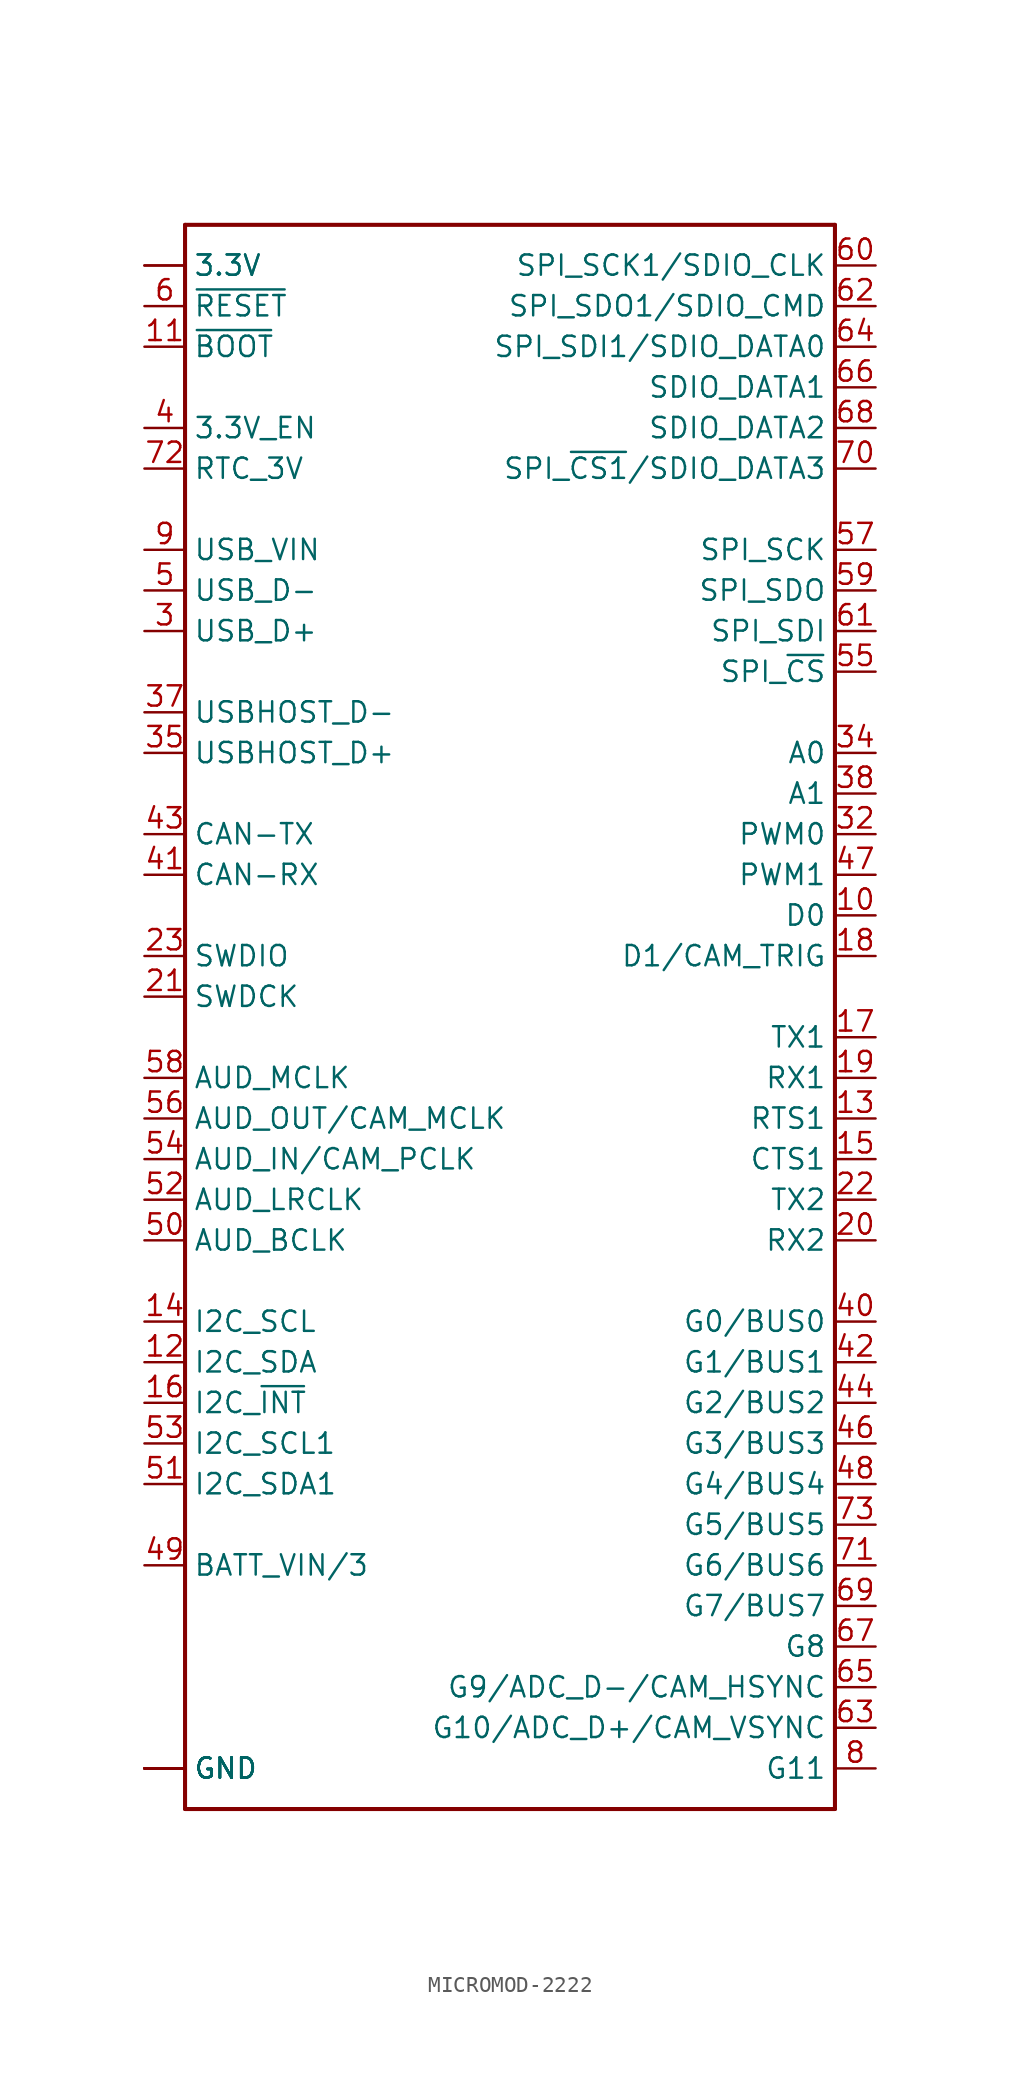
<source format=kicad_sym>
(kicad_symbol_lib
  (version 20231120)
  (generator "kicad_symbol_editor")
  (generator_version "8.0")
  (symbol "MICROMOD-2222"
    (property "Reference" "J1"
      (at -20.32 53.848 0)
      (effects (font (size 1.778 1.511)) (justify left bottom) (hide yes)))
    (symbol "MICROMOD-2222_1_0"
      (polyline (pts (xy -20.32 -45.72) (xy -20.32 53.34)) (stroke (width 0.254) (type solid)) (fill (type none)))
      (polyline (pts (xy -20.32 53.34) (xy 20.32 53.34)) (stroke (width 0.254) (type solid)) (fill (type none)))
      (polyline (pts (xy 20.32 -45.72) (xy -20.32 -45.72)) (stroke (width 0.254) (type solid)) (fill (type none)))
      (polyline (pts (xy 20.32 53.34) (xy 20.32 -45.72)) (stroke (width 0.254) (type solid)) (fill (type none)))
      (pin bidirectional line (at -22.86 -43.18 0) (length 2.54) (name "GND" (effects (font (size 1.27 1.27)))) (number "1" (effects (font (size 0 0)))))
      (pin bidirectional line (at 22.86 10.16 180) (length 2.54) (name "D0" (effects (font (size 1.27 1.27)))) (number "10" (effects (font (size 1.27 1.27)))))
      (pin bidirectional line (at -22.86 45.72 0) (length 2.54) (name "~{BOOT}" (effects (font (size 1.27 1.27)))) (number "11" (effects (font (size 1.27 1.27)))))
      (pin bidirectional line (at -22.86 -17.78 0) (length 2.54) (name "I2C_SDA" (effects (font (size 1.27 1.27)))) (number "12" (effects (font (size 1.27 1.27)))))
      (pin bidirectional line (at 22.86 -2.54 180) (length 2.54) (name "RTS1" (effects (font (size 1.27 1.27)))) (number "13" (effects (font (size 1.27 1.27)))))
      (pin bidirectional line (at -22.86 -15.24 0) (length 2.54) (name "I2C_SCL" (effects (font (size 1.27 1.27)))) (number "14" (effects (font (size 1.27 1.27)))))
      (pin bidirectional line (at 22.86 -5.08 180) (length 2.54) (name "CTS1" (effects (font (size 1.27 1.27)))) (number "15" (effects (font (size 1.27 1.27)))))
      (pin bidirectional line (at -22.86 -20.32 0) (length 2.54) (name "I2C_~{INT}" (effects (font (size 1.27 1.27)))) (number "16" (effects (font (size 1.27 1.27)))))
      (pin bidirectional line (at 22.86 2.54 180) (length 2.54) (name "TX1" (effects (font (size 1.27 1.27)))) (number "17" (effects (font (size 1.27 1.27)))))
      (pin bidirectional line (at 22.86 7.62 180) (length 2.54) (name "D1/CAM_TRIG" (effects (font (size 1.27 1.27)))) (number "18" (effects (font (size 1.27 1.27)))))
      (pin bidirectional line (at 22.86 0 180) (length 2.54) (name "RX1" (effects (font (size 1.27 1.27)))) (number "19" (effects (font (size 1.27 1.27)))))
      (pin bidirectional line (at -22.86 50.8 0) (length 2.54) (name "3.3V" (effects (font (size 1.27 1.27)))) (number "2" (effects (font (size 0 0)))))
      (pin bidirectional line (at 22.86 -10.16 180) (length 2.54) (name "RX2" (effects (font (size 1.27 1.27)))) (number "20" (effects (font (size 1.27 1.27)))))
      (pin bidirectional line (at -22.86 5.08 0) (length 2.54) (name "SWDCK" (effects (font (size 1.27 1.27)))) (number "21" (effects (font (size 1.27 1.27)))))
      (pin bidirectional line (at 22.86 -7.62 180) (length 2.54) (name "TX2" (effects (font (size 1.27 1.27)))) (number "22" (effects (font (size 1.27 1.27)))))
      (pin bidirectional line (at -22.86 7.62 0) (length 2.54) (name "SWDIO" (effects (font (size 1.27 1.27)))) (number "23" (effects (font (size 1.27 1.27)))))
      (pin bidirectional line (at -22.86 27.94 0) (length 2.54) (name "USB_D+" (effects (font (size 1.27 1.27)))) (number "3" (effects (font (size 1.27 1.27)))))
      (pin bidirectional line (at 22.86 15.24 180) (length 2.54) (name "PWM0" (effects (font (size 1.27 1.27)))) (number "32" (effects (font (size 1.27 1.27)))))
      (pin bidirectional line (at -22.86 -43.18 0) (length 2.54) (name "GND" (effects (font (size 1.27 1.27)))) (number "33" (effects (font (size 0 0)))))
      (pin bidirectional line (at 22.86 20.32 180) (length 2.54) (name "A0" (effects (font (size 1.27 1.27)))) (number "34" (effects (font (size 1.27 1.27)))))
      (pin bidirectional line (at -22.86 20.32 0) (length 2.54) (name "USBHOST_D+" (effects (font (size 1.27 1.27)))) (number "35" (effects (font (size 1.27 1.27)))))
      (pin bidirectional line (at -22.86 -43.18 0) (length 2.54) (name "GND" (effects (font (size 1.27 1.27)))) (number "36" (effects (font (size 0 0)))))
      (pin bidirectional line (at -22.86 22.86 0) (length 2.54) (name "USBHOST_D-" (effects (font (size 1.27 1.27)))) (number "37" (effects (font (size 1.27 1.27)))))
      (pin bidirectional line (at 22.86 17.78 180) (length 2.54) (name "A1" (effects (font (size 1.27 1.27)))) (number "38" (effects (font (size 1.27 1.27)))))
      (pin bidirectional line (at -22.86 -43.18 0) (length 2.54) (name "GND" (effects (font (size 1.27 1.27)))) (number "39" (effects (font (size 0 0)))))
      (pin bidirectional line (at -22.86 40.64 0) (length 2.54) (name "3.3V_EN" (effects (font (size 1.27 1.27)))) (number "4" (effects (font (size 1.27 1.27)))))
      (pin bidirectional line (at 22.86 -15.24 180) (length 2.54) (name "G0/BUS0" (effects (font (size 1.27 1.27)))) (number "40" (effects (font (size 1.27 1.27)))))
      (pin bidirectional line (at -22.86 12.7 0) (length 2.54) (name "CAN-RX" (effects (font (size 1.27 1.27)))) (number "41" (effects (font (size 1.27 1.27)))))
      (pin bidirectional line (at 22.86 -17.78 180) (length 2.54) (name "G1/BUS1" (effects (font (size 1.27 1.27)))) (number "42" (effects (font (size 1.27 1.27)))))
      (pin bidirectional line (at -22.86 15.24 0) (length 2.54) (name "CAN-TX" (effects (font (size 1.27 1.27)))) (number "43" (effects (font (size 1.27 1.27)))))
      (pin bidirectional line (at 22.86 -20.32 180) (length 2.54) (name "G2/BUS2" (effects (font (size 1.27 1.27)))) (number "44" (effects (font (size 1.27 1.27)))))
      (pin bidirectional line (at -22.86 -43.18 0) (length 2.54) (name "GND" (effects (font (size 1.27 1.27)))) (number "45" (effects (font (size 0 0)))))
      (pin bidirectional line (at 22.86 -22.86 180) (length 2.54) (name "G3/BUS3" (effects (font (size 1.27 1.27)))) (number "46" (effects (font (size 1.27 1.27)))))
      (pin bidirectional line (at 22.86 12.7 180) (length 2.54) (name "PWM1" (effects (font (size 1.27 1.27)))) (number "47" (effects (font (size 1.27 1.27)))))
      (pin bidirectional line (at 22.86 -25.4 180) (length 2.54) (name "G4/BUS4" (effects (font (size 1.27 1.27)))) (number "48" (effects (font (size 1.27 1.27)))))
      (pin bidirectional line (at -22.86 -30.48 0) (length 2.54) (name "BATT_VIN/3" (effects (font (size 1.27 1.27)))) (number "49" (effects (font (size 1.27 1.27)))))
      (pin bidirectional line (at -22.86 30.48 0) (length 2.54) (name "USB_D-" (effects (font (size 1.27 1.27)))) (number "5" (effects (font (size 1.27 1.27)))))
      (pin bidirectional line (at -22.86 -10.16 0) (length 2.54) (name "AUD_BCLK" (effects (font (size 1.27 1.27)))) (number "50" (effects (font (size 1.27 1.27)))))
      (pin bidirectional line (at -22.86 -25.4 0) (length 2.54) (name "I2C_SDA1" (effects (font (size 1.27 1.27)))) (number "51" (effects (font (size 1.27 1.27)))))
      (pin bidirectional line (at -22.86 -7.62 0) (length 2.54) (name "AUD_LRCLK" (effects (font (size 1.27 1.27)))) (number "52" (effects (font (size 1.27 1.27)))))
      (pin bidirectional line (at -22.86 -22.86 0) (length 2.54) (name "I2C_SCL1" (effects (font (size 1.27 1.27)))) (number "53" (effects (font (size 1.27 1.27)))))
      (pin bidirectional line (at -22.86 -5.08 0) (length 2.54) (name "AUD_IN/CAM_PCLK" (effects (font (size 1.27 1.27)))) (number "54" (effects (font (size 1.27 1.27)))))
      (pin bidirectional line (at 22.86 25.4 180) (length 2.54) (name "SPI_~{CS}" (effects (font (size 1.27 1.27)))) (number "55" (effects (font (size 1.27 1.27)))))
      (pin bidirectional line (at -22.86 -2.54 0) (length 2.54) (name "AUD_OUT/CAM_MCLK" (effects (font (size 1.27 1.27)))) (number "56" (effects (font (size 1.27 1.27)))))
      (pin bidirectional line (at 22.86 33.02 180) (length 2.54) (name "SPI_SCK" (effects (font (size 1.27 1.27)))) (number "57" (effects (font (size 1.27 1.27)))))
      (pin bidirectional line (at -22.86 0 0) (length 2.54) (name "AUD_MCLK" (effects (font (size 1.27 1.27)))) (number "58" (effects (font (size 1.27 1.27)))))
      (pin bidirectional line (at 22.86 30.48 180) (length 2.54) (name "SPI_SDO" (effects (font (size 1.27 1.27)))) (number "59" (effects (font (size 1.27 1.27)))))
      (pin bidirectional line (at -22.86 48.26 0) (length 2.54) (name "~{RESET}" (effects (font (size 1.27 1.27)))) (number "6" (effects (font (size 1.27 1.27)))))
      (pin bidirectional line (at 22.86 50.8 180) (length 2.54) (name "SPI_SCK1/SDIO_CLK" (effects (font (size 1.27 1.27)))) (number "60" (effects (font (size 1.27 1.27)))))
      (pin bidirectional line (at 22.86 27.94 180) (length 2.54) (name "SPI_SDI" (effects (font (size 1.27 1.27)))) (number "61" (effects (font (size 1.27 1.27)))))
      (pin bidirectional line (at 22.86 48.26 180) (length 2.54) (name "SPI_SDO1/SDIO_CMD" (effects (font (size 1.27 1.27)))) (number "62" (effects (font (size 1.27 1.27)))))
      (pin bidirectional line (at 22.86 -40.64 180) (length 2.54) (name "G10/ADC_D+/CAM_VSYNC" (effects (font (size 1.27 1.27)))) (number "63" (effects (font (size 1.27 1.27)))))
      (pin bidirectional line (at 22.86 45.72 180) (length 2.54) (name "SPI_SDI1/SDIO_DATA0" (effects (font (size 1.27 1.27)))) (number "64" (effects (font (size 1.27 1.27)))))
      (pin bidirectional line (at 22.86 -38.1 180) (length 2.54) (name "G9/ADC_D-/CAM_HSYNC" (effects (font (size 1.27 1.27)))) (number "65" (effects (font (size 1.27 1.27)))))
      (pin bidirectional line (at 22.86 43.18 180) (length 2.54) (name "SDIO_DATA1" (effects (font (size 1.27 1.27)))) (number "66" (effects (font (size 1.27 1.27)))))
      (pin bidirectional line (at 22.86 -35.56 180) (length 2.54) (name "G8" (effects (font (size 1.27 1.27)))) (number "67" (effects (font (size 1.27 1.27)))))
      (pin bidirectional line (at 22.86 40.64 180) (length 2.54) (name "SDIO_DATA2" (effects (font (size 1.27 1.27)))) (number "68" (effects (font (size 1.27 1.27)))))
      (pin bidirectional line (at 22.86 -33.02 180) (length 2.54) (name "G7/BUS7" (effects (font (size 1.27 1.27)))) (number "69" (effects (font (size 1.27 1.27)))))
      (pin bidirectional line (at -22.86 -43.18 0) (length 2.54) (name "GND" (effects (font (size 1.27 1.27)))) (number "7" (effects (font (size 0 0)))))
      (pin bidirectional line (at 22.86 38.1 180) (length 2.54) (name "SPI_~{CS1}/SDIO_DATA3" (effects (font (size 1.27 1.27)))) (number "70" (effects (font (size 1.27 1.27)))))
      (pin bidirectional line (at 22.86 -30.48 180) (length 2.54) (name "G6/BUS6" (effects (font (size 1.27 1.27)))) (number "71" (effects (font (size 1.27 1.27)))))
      (pin bidirectional line (at -22.86 38.1 0) (length 2.54) (name "RTC_3V" (effects (font (size 1.27 1.27)))) (number "72" (effects (font (size 1.27 1.27)))))
      (pin bidirectional line (at 22.86 -27.94 180) (length 2.54) (name "G5/BUS5" (effects (font (size 1.27 1.27)))) (number "73" (effects (font (size 1.27 1.27)))))
      (pin bidirectional line (at -22.86 50.8 0) (length 2.54) (name "3.3V" (effects (font (size 1.27 1.27)))) (number "74" (effects (font (size 0 0)))))
      (pin bidirectional line (at -22.86 -43.18 0) (length 2.54) (name "GND" (effects (font (size 1.27 1.27)))) (number "75" (effects (font (size 0 0)))))
      (pin bidirectional line (at 22.86 -43.18 180) (length 2.54) (name "G11" (effects (font (size 1.27 1.27)))) (number "8" (effects (font (size 1.27 1.27)))))
      (pin bidirectional line (at -22.86 33.02 0) (length 2.54) (name "USB_VIN" (effects (font (size 1.27 1.27)))) (number "9" (effects (font (size 1.27 1.27))))))))
</source>
